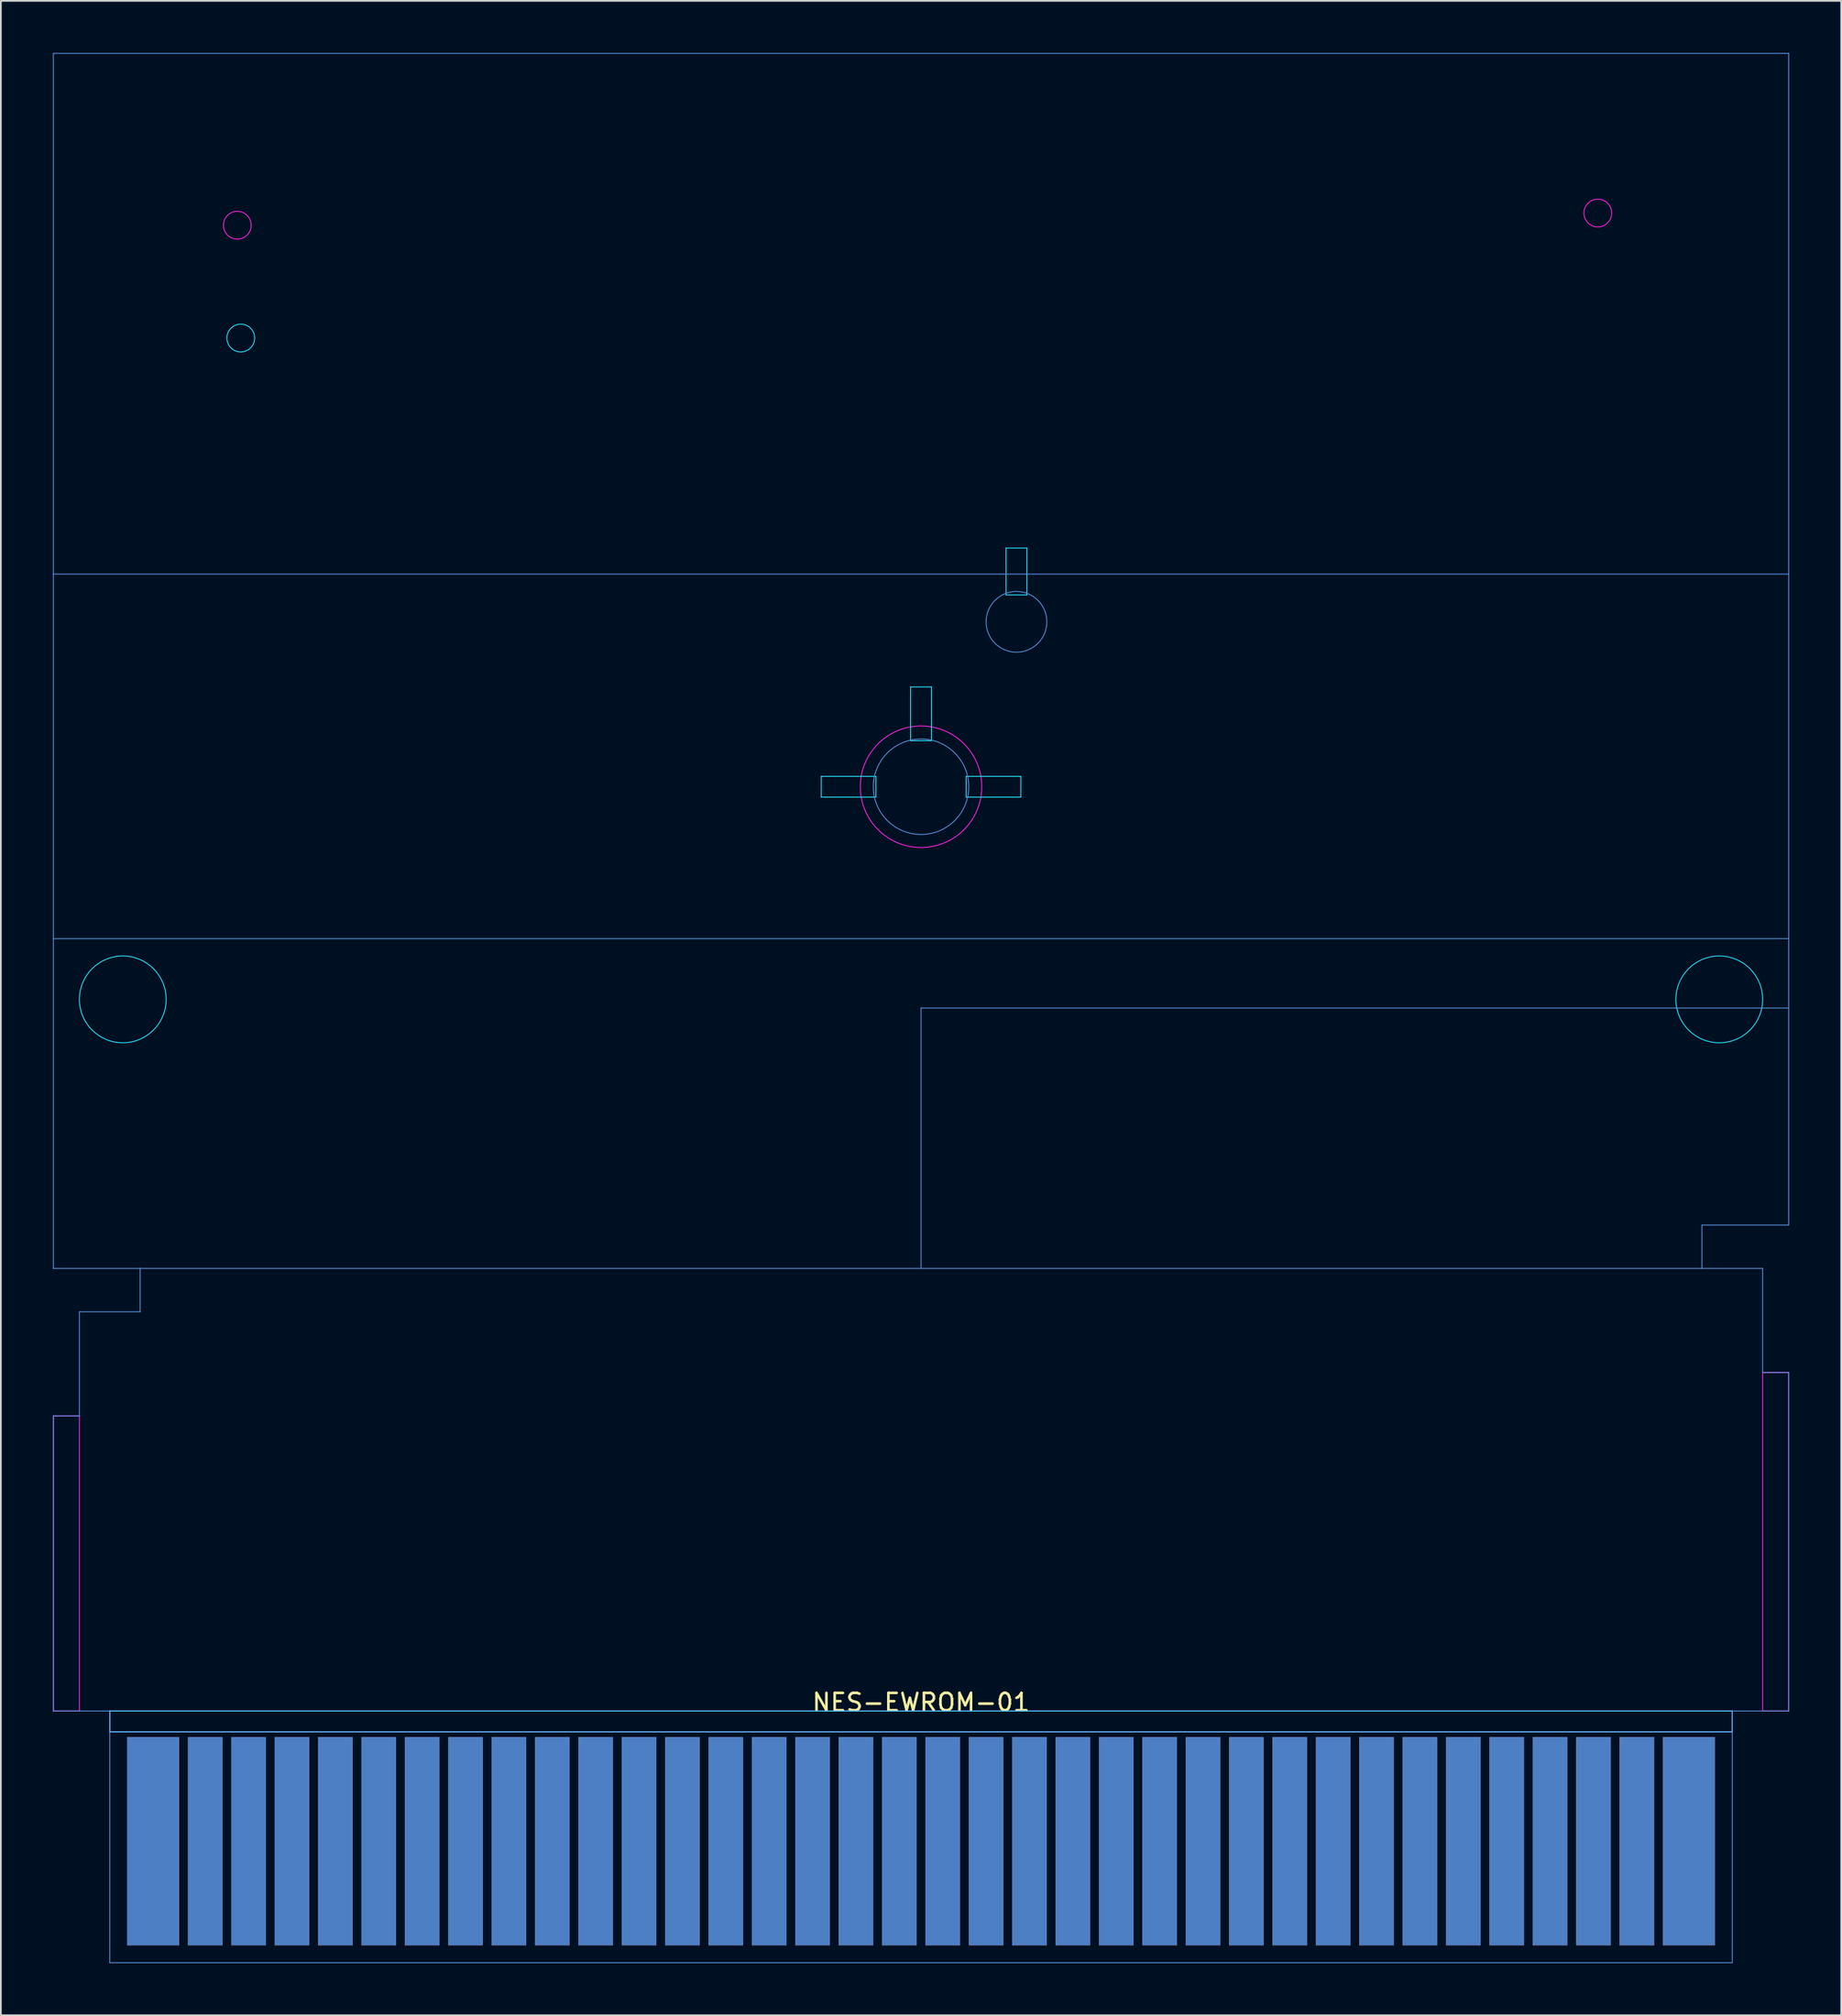
<source format=kicad_pcb>
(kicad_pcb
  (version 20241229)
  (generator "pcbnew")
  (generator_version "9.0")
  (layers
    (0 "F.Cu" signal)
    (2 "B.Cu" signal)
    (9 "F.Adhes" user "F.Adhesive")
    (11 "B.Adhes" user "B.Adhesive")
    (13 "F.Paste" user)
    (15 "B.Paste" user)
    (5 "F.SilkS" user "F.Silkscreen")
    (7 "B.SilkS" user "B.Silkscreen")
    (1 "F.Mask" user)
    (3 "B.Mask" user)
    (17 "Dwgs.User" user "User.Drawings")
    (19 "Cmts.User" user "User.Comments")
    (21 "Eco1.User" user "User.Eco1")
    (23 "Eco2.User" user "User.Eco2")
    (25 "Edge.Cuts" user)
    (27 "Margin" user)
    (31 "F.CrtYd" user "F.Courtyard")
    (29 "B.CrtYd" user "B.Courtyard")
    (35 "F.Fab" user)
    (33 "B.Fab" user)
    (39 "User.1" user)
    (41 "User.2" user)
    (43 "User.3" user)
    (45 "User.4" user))
  (footprint "NES-EWROM-01"
    (layer "F.Cu")
    (at 50.025 95.525)
    (property "Reference" "NES-EWROM-01" (at 0 -0.5 0) (unlocked yes) (layer "F.SilkS") (effects (font (size 1 1) (thickness 0.15))))
    (fp_rect (start -46.75 8) (end 46.75 14.5) (stroke (width 0) (type solid)) (fill yes) (layer "F.Mask"))
    (fp_rect (start -46.75 3.5) (end 46.75 14.5) (stroke (width 0) (type solid)) (fill yes) (layer "B.Mask"))
    (fp_line (start -50 -95.5) (end -50 -25.5) (stroke (width 0.05) (type solid)) (layer "Cmts.User"))
    (fp_line (start -50 -44.5) (end 50 -44.5) (stroke (width 0.05) (type solid)) (layer "Cmts.User"))
    (fp_line (start -50 -25.5) (end -45 -25.5) (stroke (width 0.05) (type solid)) (layer "Cmts.User"))
    (fp_line (start -50 -17) (end -50 0) (stroke (width 0.05) (type solid)) (layer "Cmts.User"))
    (fp_line (start -50 -17) (end -48.5 -17) (stroke (width 0.05) (type solid)) (layer "Cmts.User"))
    (fp_line (start -48.5 -23) (end -48.5 -17) (stroke (width 0.05) (type solid)) (layer "Cmts.User"))
    (fp_line (start -46.75 0) (end -50 0) (stroke (width 0.05) (type solid)) (layer "Cmts.User"))
    (fp_line (start -46.75 0) (end -46.75 14.5) (stroke (width 0.05) (type solid)) (layer "Cmts.User"))
    (fp_line (start -46.75 14.5) (end 46.75 14.5) (stroke (width 0.05) (type solid)) (layer "Cmts.User"))
    (fp_line (start -45 -23) (end -48.5 -23) (stroke (width 0.05) (type solid)) (layer "Cmts.User"))
    (fp_line (start -45 -23) (end -45 -25.5) (stroke (width 0.05) (type solid)) (layer "Cmts.User"))
    (fp_line (start 0 -40.5) (end 0 -25.5) (stroke (width 0.05) (type solid)) (layer "Cmts.User"))
    (fp_line (start 0 -40.5) (end 50 -40.5) (stroke (width 0.05) (type solid)) (layer "Cmts.User"))
    (fp_line (start 45 -28) (end 50 -28) (stroke (width 0.05) (type solid)) (layer "Cmts.User"))
    (fp_line (start 45 -25.5) (end -45 -25.5) (stroke (width 0.05) (type solid)) (layer "Cmts.User"))
    (fp_line (start 45 -25.5) (end 45 -28) (stroke (width 0.05) (type solid)) (layer "Cmts.User"))
    (fp_line (start 46.75 0) (end 46.75 14.5) (stroke (width 0.05) (type solid)) (layer "Cmts.User"))
    (fp_line (start 46.75 0) (end 50 0) (stroke (width 0.05) (type solid)) (layer "Cmts.User"))
    (fp_line (start 48.5 -25.5) (end 45 -25.5) (stroke (width 0.05) (type solid)) (layer "Cmts.User"))
    (fp_line (start 48.5 -25.5) (end 48.5 -19.5) (stroke (width 0.05) (type solid)) (layer "Cmts.User"))
    (fp_line (start 48.5 -19.5) (end 50 -19.5) (stroke (width 0.05) (type solid)) (layer "Cmts.User"))
    (fp_line (start 50 -95.5) (end -50 -95.5) (stroke (width 0.05) (type solid)) (layer "Cmts.User"))
    (fp_line (start 50 -95.5) (end 50 -28) (stroke (width 0.05) (type solid)) (layer "Cmts.User"))
    (fp_line (start 50 -65.5) (end -50 -65.5) (stroke (width 0.05) (type solid)) (layer "Cmts.User"))
    (fp_line (start 50 -19.5) (end 50 0) (stroke (width 0.05) (type solid)) (layer "Cmts.User"))
    (fp_circle (center 0 -53.25) (end 2.75 -53.25) (stroke (width 0.05) (type solid)) (fill no) (layer "Cmts.User"))
    (fp_circle (center 5.5 -62.75) (end 7.25 -62.75) (stroke (width 0.05) (type solid)) (fill no) (layer "Cmts.User"))
    (fp_line (start -46.75 0) (end -46.75 1.2) (stroke (width 0.05) (type solid)) (layer "B.CrtYd"))
    (fp_line (start -46.75 0) (end 46.75 0) (stroke (width 0.05) (type solid)) (layer "B.CrtYd"))
    (fp_line (start -46.75 1.2) (end 46.75 1.2) (stroke (width 0.05) (type solid)) (layer "B.CrtYd"))
    (fp_line (start -5.75 -53.85) (end -5.75 -52.65) (stroke (width 0.05) (type solid)) (layer "B.CrtYd"))
    (fp_line (start -2.6 -53.85) (end -5.75 -53.85) (stroke (width 0.05) (type solid)) (layer "B.CrtYd"))
    (fp_line (start -2.6 -53.85) (end -2.6 -52.65) (stroke (width 0.05) (type solid)) (layer "B.CrtYd"))
    (fp_line (start -2.6 -52.65) (end -5.75 -52.65) (stroke (width 0.05) (type solid)) (layer "B.CrtYd"))
    (fp_line (start -0.6 -59) (end 0.6 -59) (stroke (width 0.05) (type solid)) (layer "B.CrtYd"))
    (fp_line (start -0.6 -55.9) (end -0.6 -59) (stroke (width 0.05) (type solid)) (layer "B.CrtYd"))
    (fp_line (start 0.6 -55.9) (end -0.6 -55.9) (stroke (width 0.05) (type solid)) (layer "B.CrtYd"))
    (fp_line (start 0.6 -55.9) (end 0.6 -59) (stroke (width 0.05) (type solid)) (layer "B.CrtYd"))
    (fp_line (start 2.6 -53.85) (end 2.6 -52.65) (stroke (width 0.05) (type solid)) (layer "B.CrtYd"))
    (fp_line (start 4.9 -67) (end 6.1 -67) (stroke (width 0.05) (type solid)) (layer "B.CrtYd"))
    (fp_line (start 4.9 -64.3) (end 4.9 -67) (stroke (width 0.05) (type solid)) (layer "B.CrtYd"))
    (fp_line (start 4.9 -64.3) (end 6.1 -64.3) (stroke (width 0.05) (type solid)) (layer "B.CrtYd"))
    (fp_line (start 5.75 -53.85) (end 2.6 -53.85) (stroke (width 0.05) (type solid)) (layer "B.CrtYd"))
    (fp_line (start 5.75 -53.85) (end 5.75 -52.65) (stroke (width 0.05) (type solid)) (layer "B.CrtYd"))
    (fp_line (start 5.75 -52.65) (end 2.6 -52.65) (stroke (width 0.05) (type solid)) (layer "B.CrtYd"))
    (fp_line (start 6.1 -64.3) (end 6.1 -67) (stroke (width 0.05) (type solid)) (layer "B.CrtYd"))
    (fp_line (start 46.75 0) (end 46.75 1.2) (stroke (width 0.05) (type solid)) (layer "B.CrtYd"))
    (fp_circle (center -46 -41) (end -43.5 -41) (stroke (width 0.05) (type solid)) (fill no) (layer "B.CrtYd"))
    (fp_circle (center -39.2 -79.1) (end -38.4 -79.1) (stroke (width 0.05) (type solid)) (fill no) (layer "B.CrtYd"))
    (fp_circle (center 46 -41) (end 48.5 -41) (stroke (width 0.05) (type solid)) (fill no) (layer "B.CrtYd"))
    (fp_line (start -50 -17) (end -50 0) (stroke (width 0.05) (type solid)) (layer "F.CrtYd"))
    (fp_line (start -50 -17) (end -48.5 -17) (stroke (width 0.05) (type solid)) (layer "F.CrtYd"))
    (fp_line (start -48.5 -17) (end -48.5 0) (stroke (width 0.05) (type solid)) (layer "F.CrtYd"))
    (fp_line (start -48.5 0) (end -50 0) (stroke (width 0.05) (type solid)) (layer "F.CrtYd"))
    (fp_line (start -46.75 0) (end 46.75 0) (stroke (width 0.05) (type solid)) (layer "F.CrtYd"))
    (fp_line (start -46.75 1.2) (end -46.75 0) (stroke (width 0.05) (type solid)) (layer "F.CrtYd"))
    (fp_line (start -46.75 1.2) (end 46.75 1.2) (stroke (width 0.05) (type solid)) (layer "F.CrtYd"))
    (fp_line (start 46.75 0) (end 46.75 1.2) (stroke (width 0.05) (type solid)) (layer "F.CrtYd"))
    (fp_line (start 48.5 -19.5) (end 48.5 0) (stroke (width 0.05) (type solid)) (layer "F.CrtYd"))
    (fp_line (start 48.5 -19.5) (end 50 -19.5) (stroke (width 0.05) (type solid)) (layer "F.CrtYd"))
    (fp_line (start 50 -19.5) (end 50 0) (stroke (width 0.05) (type solid)) (layer "F.CrtYd"))
    (fp_line (start 50 0) (end 48.5 0) (stroke (width 0.05) (type solid)) (layer "F.CrtYd"))
    (fp_circle (center -39.4 -85.6) (end -38.6 -85.6) (stroke (width 0.05) (type solid)) (fill no) (layer "F.CrtYd"))
    (fp_circle (center 0 -53.25) (end 3.5 -53.25) (stroke (width 0.05) (type solid)) (fill no) (layer "F.CrtYd"))
    (fp_circle (center 39 -86.3) (end 39.8 -86.3) (stroke (width 0.05) (type solid)) (fill no) (layer "F.CrtYd"))
    (pad "1" connect rect (at 44.25 7.5) (size 3 12) (layers "F.Cu"))
    (pad "2" connect rect (at 41.25 7.5) (size 2 12) (layers "F.Cu"))
    (pad "3" connect rect (at 38.75 7.5) (size 2 12) (layers "F.Cu"))
    (pad "4" connect rect (at 36.25 7.5) (size 2 12) (layers "F.Cu"))
    (pad "5" connect rect (at 33.75 7.5) (size 2 12) (layers "F.Cu"))
    (pad "6" connect rect (at 31.25 7.5) (size 2 12) (layers "F.Cu"))
    (pad "7" connect rect (at 28.75 7.5) (size 2 12) (layers "F.Cu"))
    (pad "8" connect rect (at 26.25 7.5) (size 2 12) (layers "F.Cu"))
    (pad "9" connect rect (at 23.75 7.5) (size 2 12) (layers "F.Cu"))
    (pad "10" connect rect (at 21.25 7.5) (size 2 12) (layers "F.Cu"))
    (pad "11" connect rect (at 18.75 7.5) (size 2 12) (layers "F.Cu"))
    (pad "12" connect rect (at 16.25 7.5) (size 2 12) (layers "F.Cu"))
    (pad "13" connect rect (at 13.75 7.5) (size 2 12) (layers "F.Cu"))
    (pad "14" connect rect (at 11.25 7.5) (size 2 12) (layers "F.Cu"))
    (pad "15" connect rect (at 8.75 7.5) (size 2 12) (layers "F.Cu"))
    (pad "16" connect rect (at 6.25 7.5) (size 2 12) (layers "F.Cu"))
    (pad "17" connect rect (at 3.75 7.5) (size 2 12) (layers "F.Cu"))
    (pad "18" connect rect (at 1.25 7.5) (size 2 12) (layers "F.Cu"))
    (pad "19" connect rect (at -1.25 7.5) (size 2 12) (layers "F.Cu"))
    (pad "20" connect rect (at -3.75 7.5) (size 2 12) (layers "F.Cu"))
    (pad "21" connect rect (at -6.25 7.5) (size 2 12) (layers "F.Cu"))
    (pad "22" connect rect (at -8.75 7.5) (size 2 12) (layers "F.Cu"))
    (pad "23" connect rect (at -11.25 7.5) (size 2 12) (layers "F.Cu"))
    (pad "24" connect rect (at -13.75 7.5) (size 2 12) (layers "F.Cu"))
    (pad "25" connect rect (at -16.25 7.5) (size 2 12) (layers "F.Cu"))
    (pad "26" connect rect (at -18.75 7.5) (size 2 12) (layers "F.Cu"))
    (pad "27" connect rect (at -21.25 7.5) (size 2 12) (layers "F.Cu"))
    (pad "28" connect rect (at -23.75 7.5) (size 2 12) (layers "F.Cu"))
    (pad "29" connect rect (at -26.25 7.5) (size 2 12) (layers "F.Cu"))
    (pad "30" connect rect (at -28.75 7.5) (size 2 12) (layers "F.Cu"))
    (pad "31" connect rect (at -31.25 7.5) (size 2 12) (layers "F.Cu"))
    (pad "32" connect rect (at -33.75 7.5) (size 2 12) (layers "F.Cu"))
    (pad "33" connect rect (at -36.25 7.5) (size 2 12) (layers "F.Cu"))
    (pad "34" connect rect (at -38.75 7.5) (size 2 12) (layers "F.Cu"))
    (pad "35" connect rect (at -41.25 7.5) (size 2 12) (layers "F.Cu"))
    (pad "36" connect rect (at -44.25 7.5) (size 3 12) (layers "F.Cu"))
    (pad "37" connect rect (at 44.25 7.5) (size 3 12) (layers "B.Cu"))
    (pad "38" connect rect (at 41.25 7.5) (size 2 12) (layers "B.Cu"))
    (pad "39" connect rect (at 38.75 7.5) (size 2 12) (layers "B.Cu"))
    (pad "40" connect rect (at 36.25 7.5) (size 2 12) (layers "B.Cu"))
    (pad "41" connect rect (at 33.75 7.5) (size 2 12) (layers "B.Cu"))
    (pad "42" connect rect (at 31.25 7.5) (size 2 12) (layers "B.Cu"))
    (pad "43" connect rect (at 28.75 7.5) (size 2 12) (layers "B.Cu"))
    (pad "44" connect rect (at 26.25 7.5) (size 2 12) (layers "B.Cu"))
    (pad "45" connect rect (at 23.75 7.5) (size 2 12) (layers "B.Cu"))
    (pad "46" connect rect (at 21.25 7.5) (size 2 12) (layers "B.Cu"))
    (pad "47" connect rect (at 18.75 7.5) (size 2 12) (layers "B.Cu"))
    (pad "48" connect rect (at 16.25 7.5) (size 2 12) (layers "B.Cu"))
    (pad "49" connect rect (at 13.75 7.5) (size 2 12) (layers "B.Cu"))
    (pad "50" connect rect (at 11.25 7.5) (size 2 12) (layers "B.Cu"))
    (pad "51" connect rect (at 8.75 7.5) (size 2 12) (layers "B.Cu"))
    (pad "52" connect rect (at 6.25 7.5) (size 2 12) (layers "B.Cu"))
    (pad "53" connect rect (at 3.75 7.5) (size 2 12) (layers "B.Cu"))
    (pad "54" connect rect (at 1.25 7.5) (size 2 12) (layers "B.Cu"))
    (pad "55" connect rect (at -1.25 7.5) (size 2 12) (layers "B.Cu"))
    (pad "56" connect rect (at -3.75 7.5) (size 2 12) (layers "B.Cu"))
    (pad "57" connect rect (at -6.25 7.5) (size 2 12) (layers "B.Cu"))
    (pad "58" connect rect (at -8.75 7.5) (size 2 12) (layers "B.Cu"))
    (pad "59" connect rect (at -11.25 7.5) (size 2 12) (layers "B.Cu"))
    (pad "60" connect rect (at -13.75 7.5) (size 2 12) (layers "B.Cu"))
    (pad "61" connect rect (at -16.25 7.5) (size 2 12) (layers "B.Cu"))
    (pad "62" connect rect (at -18.75 7.5) (size 2 12) (layers "B.Cu"))
    (pad "63" connect rect (at -21.25 7.5) (size 2 12) (layers "B.Cu"))
    (pad "64" connect rect (at -23.75 7.5) (size 2 12) (layers "B.Cu"))
    (pad "65" connect rect (at -26.25 7.5) (size 2 12) (layers "B.Cu"))
    (pad "66" connect rect (at -28.75 7.5) (size 2 12) (layers "B.Cu"))
    (pad "67" connect rect (at -31.25 7.5) (size 2 12) (layers "B.Cu"))
    (pad "68" connect rect (at -33.75 7.5) (size 2 12) (layers "B.Cu"))
    (pad "69" connect rect (at -36.25 7.5) (size 2 12) (layers "B.Cu"))
    (pad "70" connect rect (at -38.75 7.5) (size 2 12) (layers "B.Cu"))
    (pad "71" connect rect (at -41.25 7.5) (size 2 12) (layers "B.Cu"))
    (pad "72" connect rect (at -44.25 7.5) (size 3 12) (layers "B.Cu")))
  (gr_rect
    (start -3 -3)
    (end 103.05 113.05)
    (stroke (width 0.1) (type default))
    (fill no)
    (layer "Edge.Cuts")))
</source>
